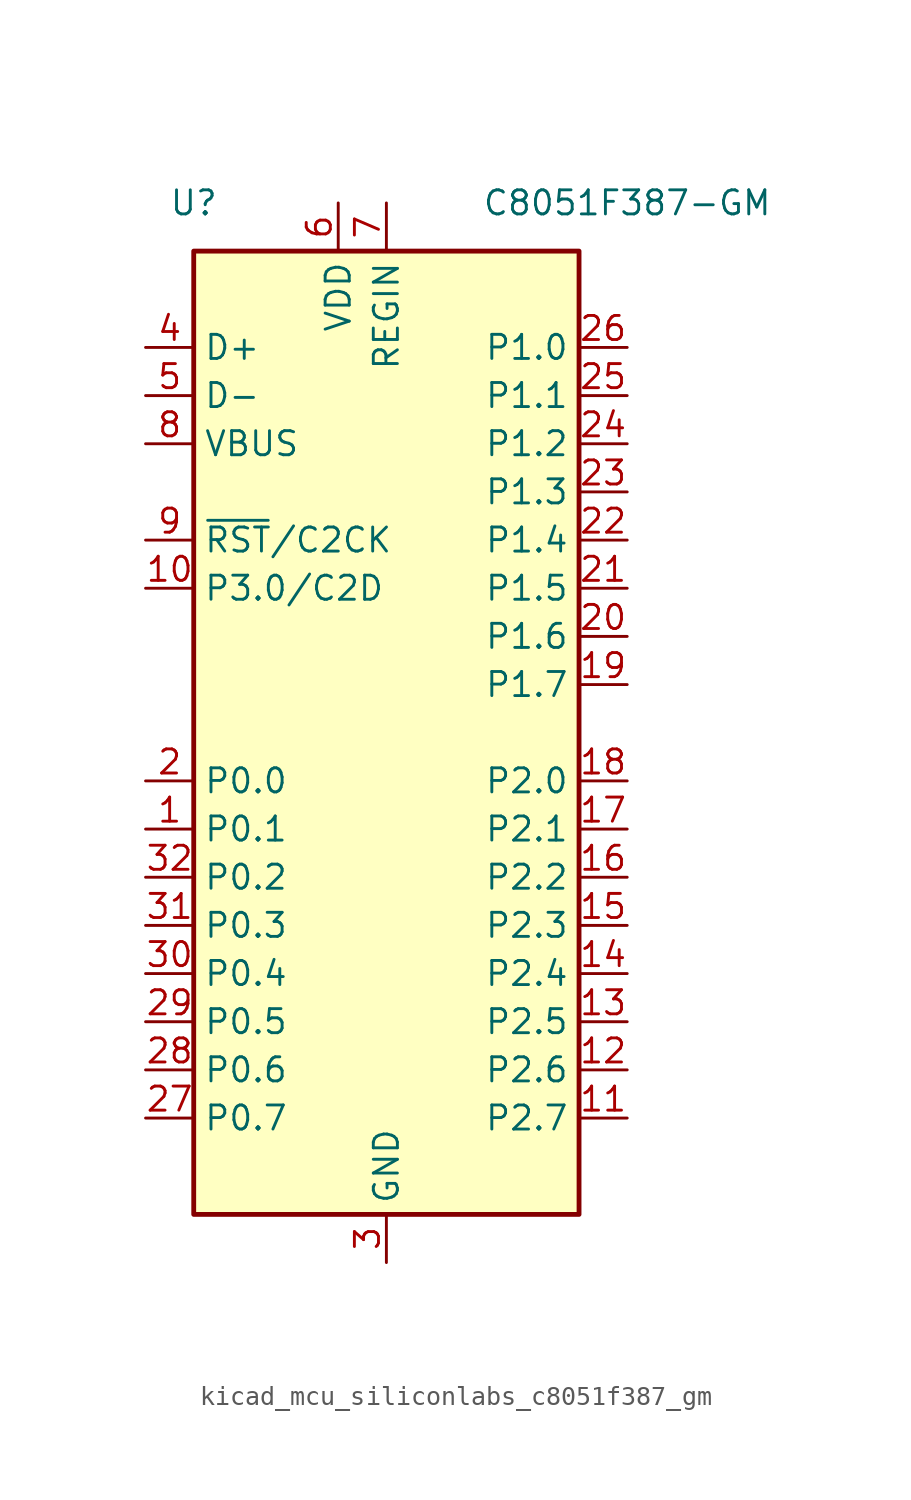
<source format=kicad_sym>
(kicad_symbol_lib
  (version 20220914)
  (generator kicad_symbol_editor)
  (symbol "kicad_mcu_siliconlabs_c8051f387_gm"
    (property "Reference" "U"
      (at -10.16 27.94 0)
      (effects (font (size 1.27 1.27))))
    (property "Value" "C8051F387-GM"
      (at 12.7 27.94 0)
      (effects (font (size 1.27 1.27))))
    (symbol "kicad_mcu_siliconlabs_c8051f387_gm_0_1"
      (rectangle (start -10.16 25.4) (end 10.16 -25.4) (stroke (width 0.254) (type default)) (fill (type background))))
    (symbol "kicad_mcu_siliconlabs_c8051f387_gm_1_1"
      (pin bidirectional line (at -12.7 -5.08 0) (length 2.54) (name "P0.1" (effects (font (size 1.27 1.27)))) (number "1" (effects (font (size 1.27 1.27)))))
      (pin bidirectional line (at -12.7 7.62 0) (length 2.54) (name "P3.0/C2D" (effects (font (size 1.27 1.27)))) (number "10" (effects (font (size 1.27 1.27)))))
      (pin bidirectional line (at 12.7 -20.32 180) (length 2.54) (name "P2.7" (effects (font (size 1.27 1.27)))) (number "11" (effects (font (size 1.27 1.27)))))
      (pin bidirectional line (at 12.7 -17.78 180) (length 2.54) (name "P2.6" (effects (font (size 1.27 1.27)))) (number "12" (effects (font (size 1.27 1.27)))))
      (pin bidirectional line (at 12.7 -15.24 180) (length 2.54) (name "P2.5" (effects (font (size 1.27 1.27)))) (number "13" (effects (font (size 1.27 1.27)))))
      (pin bidirectional line (at 12.7 -12.7 180) (length 2.54) (name "P2.4" (effects (font (size 1.27 1.27)))) (number "14" (effects (font (size 1.27 1.27)))))
      (pin bidirectional line (at 12.7 -10.16 180) (length 2.54) (name "P2.3" (effects (font (size 1.27 1.27)))) (number "15" (effects (font (size 1.27 1.27)))))
      (pin bidirectional line (at 12.7 -7.62 180) (length 2.54) (name "P2.2" (effects (font (size 1.27 1.27)))) (number "16" (effects (font (size 1.27 1.27)))))
      (pin bidirectional line (at 12.7 -5.08 180) (length 2.54) (name "P2.1" (effects (font (size 1.27 1.27)))) (number "17" (effects (font (size 1.27 1.27)))))
      (pin bidirectional line (at 12.7 -2.54 180) (length 2.54) (name "P2.0" (effects (font (size 1.27 1.27)))) (number "18" (effects (font (size 1.27 1.27)))))
      (pin bidirectional line (at 12.7 2.54 180) (length 2.54) (name "P1.7" (effects (font (size 1.27 1.27)))) (number "19" (effects (font (size 1.27 1.27)))))
      (pin bidirectional line (at -12.7 -2.54 0) (length 2.54) (name "P0.0" (effects (font (size 1.27 1.27)))) (number "2" (effects (font (size 1.27 1.27)))))
      (pin bidirectional line (at 12.7 5.08 180) (length 2.54) (name "P1.6" (effects (font (size 1.27 1.27)))) (number "20" (effects (font (size 1.27 1.27)))))
      (pin bidirectional line (at 12.7 7.62 180) (length 2.54) (name "P1.5" (effects (font (size 1.27 1.27)))) (number "21" (effects (font (size 1.27 1.27)))))
      (pin bidirectional line (at 12.7 10.16 180) (length 2.54) (name "P1.4" (effects (font (size 1.27 1.27)))) (number "22" (effects (font (size 1.27 1.27)))))
      (pin bidirectional line (at 12.7 12.7 180) (length 2.54) (name "P1.3" (effects (font (size 1.27 1.27)))) (number "23" (effects (font (size 1.27 1.27)))))
      (pin bidirectional line (at 12.7 15.24 180) (length 2.54) (name "P1.2" (effects (font (size 1.27 1.27)))) (number "24" (effects (font (size 1.27 1.27)))))
      (pin bidirectional line (at 12.7 17.78 180) (length 2.54) (name "P1.1" (effects (font (size 1.27 1.27)))) (number "25" (effects (font (size 1.27 1.27)))))
      (pin bidirectional line (at 12.7 20.32 180) (length 2.54) (name "P1.0" (effects (font (size 1.27 1.27)))) (number "26" (effects (font (size 1.27 1.27)))))
      (pin bidirectional line (at -12.7 -20.32 0) (length 2.54) (name "P0.7" (effects (font (size 1.27 1.27)))) (number "27" (effects (font (size 1.27 1.27)))))
      (pin bidirectional line (at -12.7 -17.78 0) (length 2.54) (name "P0.6" (effects (font (size 1.27 1.27)))) (number "28" (effects (font (size 1.27 1.27)))))
      (pin bidirectional line (at -12.7 -15.24 0) (length 2.54) (name "P0.5" (effects (font (size 1.27 1.27)))) (number "29" (effects (font (size 1.27 1.27)))))
      (pin power_in line (at 0 -27.94 90) (length 2.54) (name "GND" (effects (font (size 1.27 1.27)))) (number "3" (effects (font (size 1.27 1.27)))))
      (pin bidirectional line (at -12.7 -12.7 0) (length 2.54) (name "P0.4" (effects (font (size 1.27 1.27)))) (number "30" (effects (font (size 1.27 1.27)))))
      (pin bidirectional line (at -12.7 -10.16 0) (length 2.54) (name "P0.3" (effects (font (size 1.27 1.27)))) (number "31" (effects (font (size 1.27 1.27)))))
      (pin bidirectional line (at -12.7 -7.62 0) (length 2.54) (name "P0.2" (effects (font (size 1.27 1.27)))) (number "32" (effects (font (size 1.27 1.27)))))
      (pin passive line (at 0 -27.94 90) (length 2.54) hide (name "GND" (effects (font (size 1.27 1.27)))) (number "33" (effects (font (size 1.27 1.27)))))
      (pin bidirectional line (at -12.7 20.32 0) (length 2.54) (name "D+" (effects (font (size 1.27 1.27)))) (number "4" (effects (font (size 1.27 1.27)))))
      (pin bidirectional line (at -12.7 17.78 0) (length 2.54) (name "D-" (effects (font (size 1.27 1.27)))) (number "5" (effects (font (size 1.27 1.27)))))
      (pin power_in line (at -2.54 27.94 270) (length 2.54) (name "VDD" (effects (font (size 1.27 1.27)))) (number "6" (effects (font (size 1.27 1.27)))))
      (pin power_in line (at 0 27.94 270) (length 2.54) (name "REGIN" (effects (font (size 1.27 1.27)))) (number "7" (effects (font (size 1.27 1.27)))))
      (pin input line (at -12.7 15.24 0) (length 2.54) (name "VBUS" (effects (font (size 1.27 1.27)))) (number "8" (effects (font (size 1.27 1.27)))))
      (pin input line (at -12.7 10.16 0) (length 2.54) (name "~{RST}/C2CK" (effects (font (size 1.27 1.27)))) (number "9" (effects (font (size 1.27 1.27))))))))
</source>
